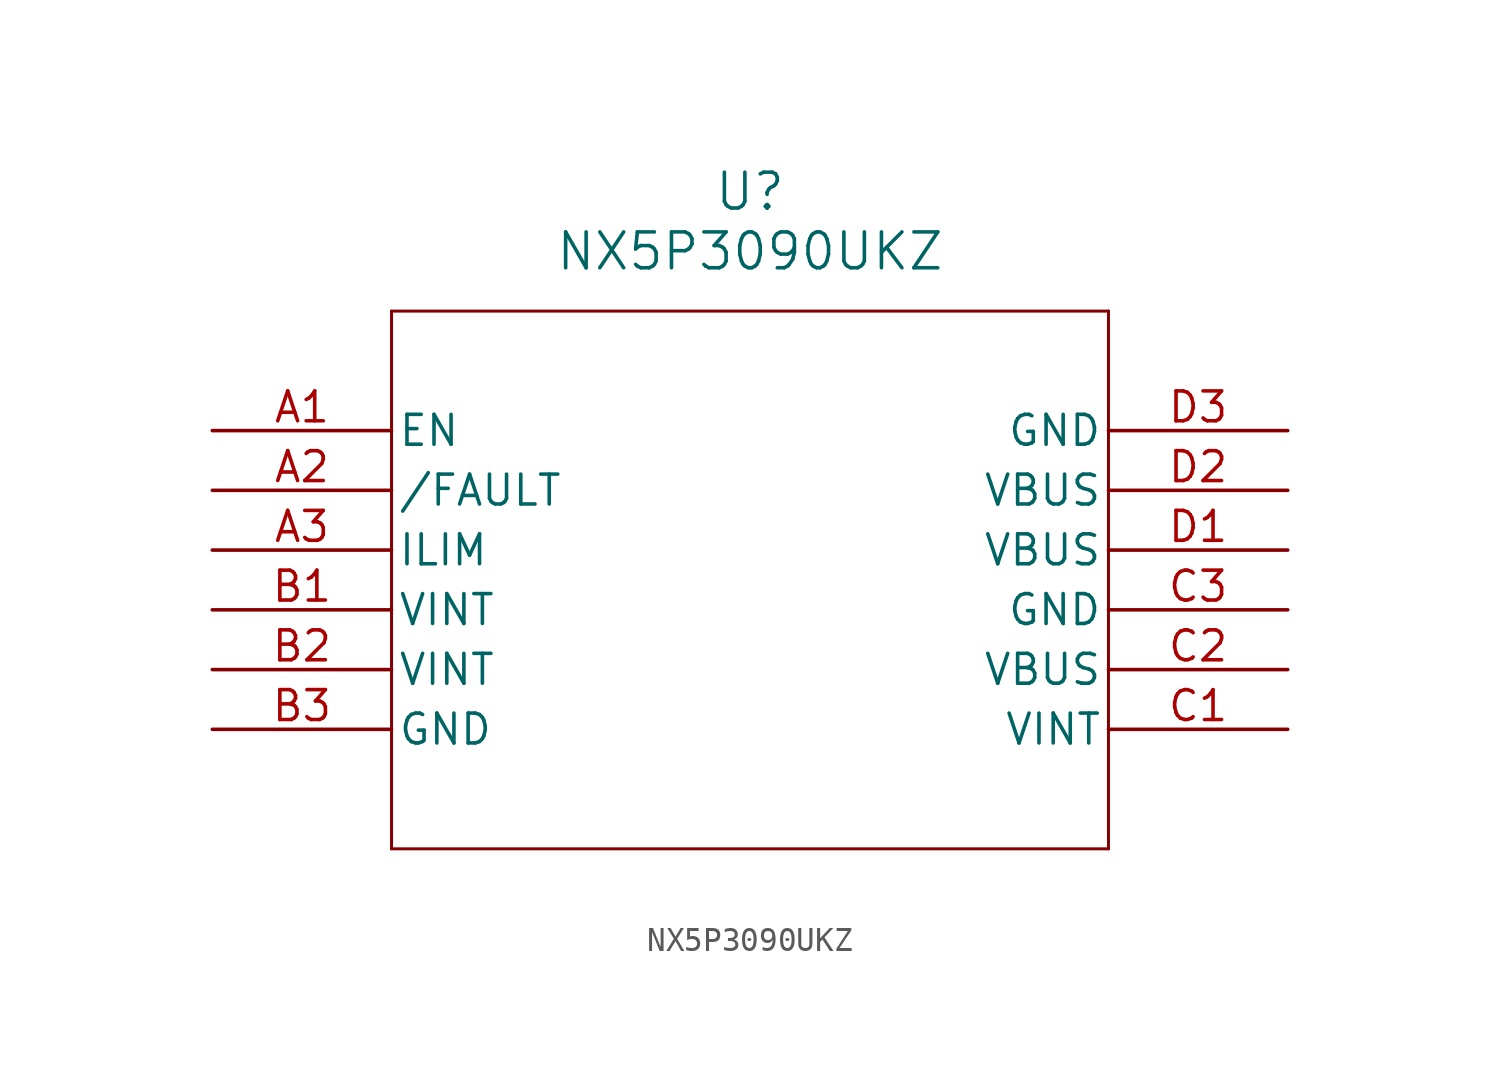
<source format=kicad_sym>
(kicad_symbol_lib
  (version 20211014)
  (generator kicad_symbol_editor)
  (symbol "NX5P3090UKZ"
    (pin_names
      (offset 0.254))
    (property "Reference" "U"
      (at 22.86 10.16 0)
      (effects (font (size 1.524 1.524))))
    (property "Value" "NX5P3090UKZ"
      (at 22.86 7.62 0)
      (effects (font (size 1.524 1.524))))
    (symbol "NX5P3090UKZ_0_1"
      (polyline (pts (xy 7.62 5.08) (xy 7.62 -17.78)) (stroke (width 0.127) (type default) (color 0 0 0 0)) (fill (type none)))
      (polyline (pts (xy 7.62 -17.78) (xy 38.1 -17.78)) (stroke (width 0.127) (type default) (color 0 0 0 0)) (fill (type none)))
      (polyline (pts (xy 38.1 -17.78) (xy 38.1 5.08)) (stroke (width 0.127) (type default) (color 0 0 0 0)) (fill (type none)))
      (polyline (pts (xy 38.1 5.08) (xy 7.62 5.08)) (stroke (width 0.127) (type default) (color 0 0 0 0)) (fill (type none)))
      (pin input line (at 0 0 0) (length 7.62) (name "EN" (effects (font (size 1.27 1.27)))) (number "A1" (effects (font (size 1.27 1.27)))))
      (pin output line (at 0 -2.54 0) (length 7.62) (name "/FAULT" (effects (font (size 1.27 1.27)))) (number "A2" (effects (font (size 1.27 1.27)))))
      (pin unspecified line (at 0 -5.08 0) (length 7.62) (name "ILIM" (effects (font (size 1.27 1.27)))) (number "A3" (effects (font (size 1.27 1.27)))))
      (pin power_in line (at 0 -7.62 0) (length 7.62) (name "VINT" (effects (font (size 1.27 1.27)))) (number "B1" (effects (font (size 1.27 1.27)))))
      (pin power_in line (at 0 -10.16 0) (length 7.62) (name "VINT" (effects (font (size 1.27 1.27)))) (number "B2" (effects (font (size 1.27 1.27)))))
      (pin power_out line (at 0 -12.7 0) (length 7.62) (name "GND" (effects (font (size 1.27 1.27)))) (number "B3" (effects (font (size 1.27 1.27)))))
      (pin power_in line (at 45.72 -12.7 180) (length 7.62) (name "VINT" (effects (font (size 1.27 1.27)))) (number "C1" (effects (font (size 1.27 1.27)))))
      (pin output line (at 45.72 -10.16 180) (length 7.62) (name "VBUS" (effects (font (size 1.27 1.27)))) (number "C2" (effects (font (size 1.27 1.27)))))
      (pin power_out line (at 45.72 -7.62 180) (length 7.62) (name "GND" (effects (font (size 1.27 1.27)))) (number "C3" (effects (font (size 1.27 1.27)))))
      (pin output line (at 45.72 -5.08 180) (length 7.62) (name "VBUS" (effects (font (size 1.27 1.27)))) (number "D1" (effects (font (size 1.27 1.27)))))
      (pin output line (at 45.72 -2.54 180) (length 7.62) (name "VBUS" (effects (font (size 1.27 1.27)))) (number "D2" (effects (font (size 1.27 1.27)))))
      (pin power_out line (at 45.72 0 180) (length 7.62) (name "GND" (effects (font (size 1.27 1.27)))) (number "D3" (effects (font (size 1.27 1.27))))))))
</source>
